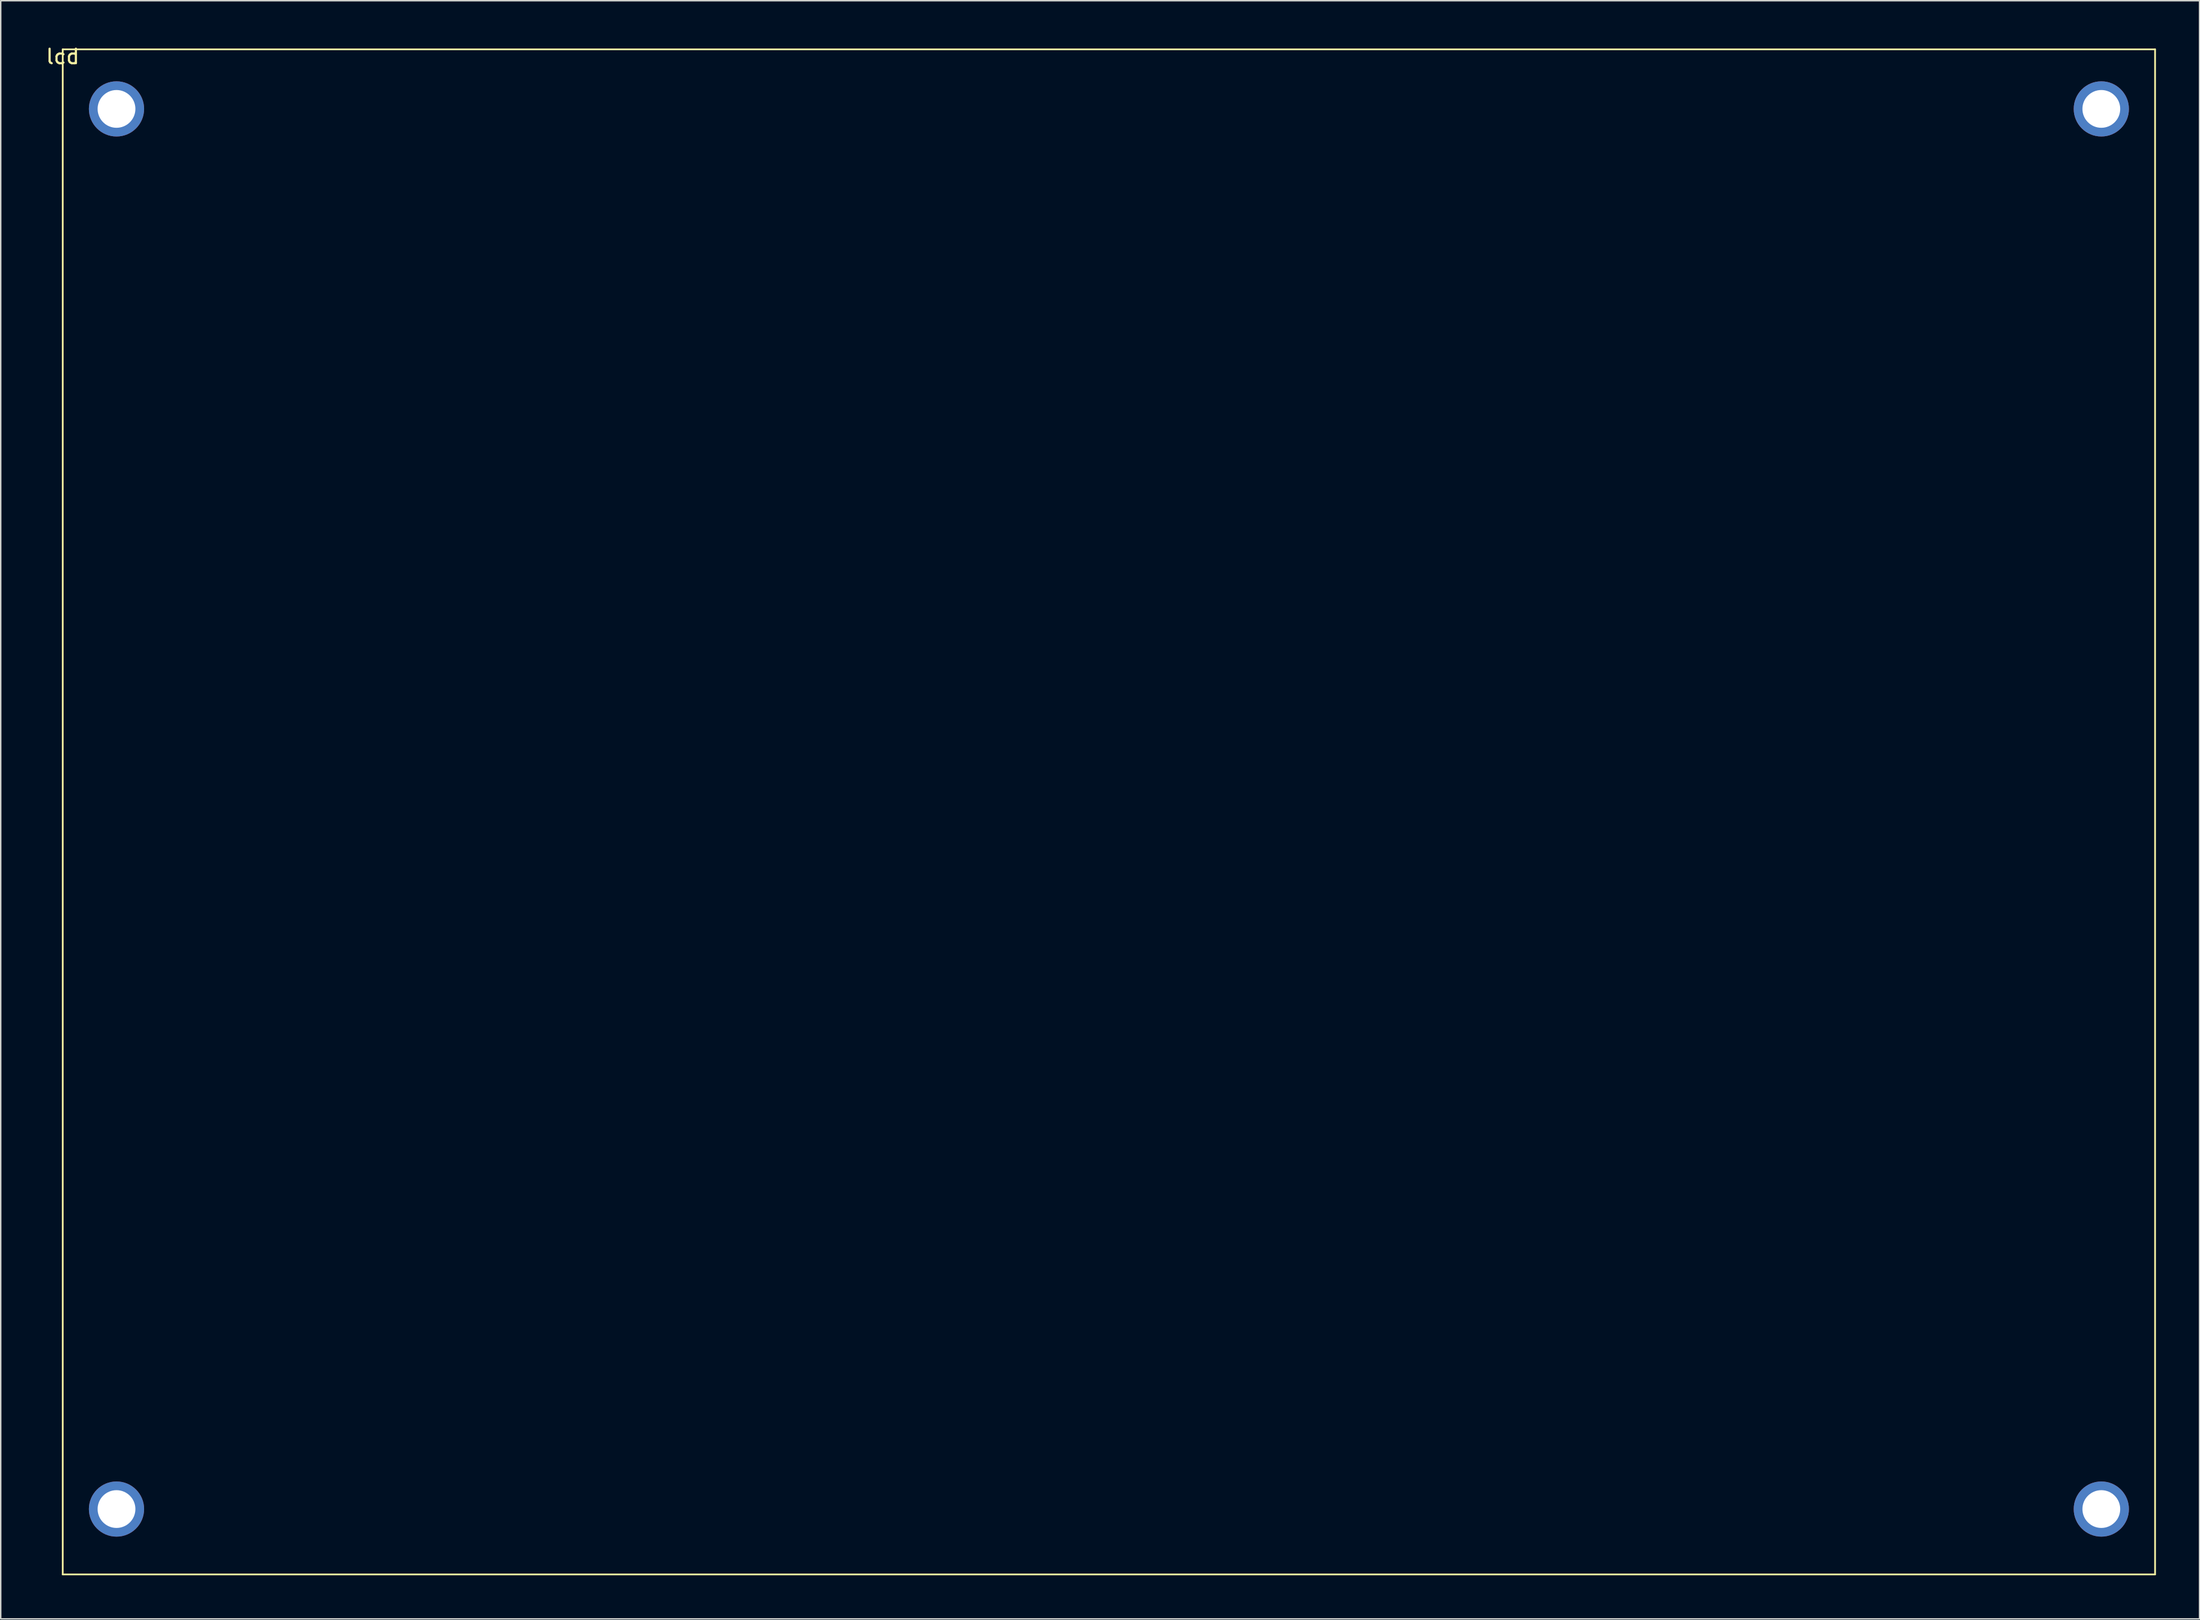
<source format=kicad_pcb>
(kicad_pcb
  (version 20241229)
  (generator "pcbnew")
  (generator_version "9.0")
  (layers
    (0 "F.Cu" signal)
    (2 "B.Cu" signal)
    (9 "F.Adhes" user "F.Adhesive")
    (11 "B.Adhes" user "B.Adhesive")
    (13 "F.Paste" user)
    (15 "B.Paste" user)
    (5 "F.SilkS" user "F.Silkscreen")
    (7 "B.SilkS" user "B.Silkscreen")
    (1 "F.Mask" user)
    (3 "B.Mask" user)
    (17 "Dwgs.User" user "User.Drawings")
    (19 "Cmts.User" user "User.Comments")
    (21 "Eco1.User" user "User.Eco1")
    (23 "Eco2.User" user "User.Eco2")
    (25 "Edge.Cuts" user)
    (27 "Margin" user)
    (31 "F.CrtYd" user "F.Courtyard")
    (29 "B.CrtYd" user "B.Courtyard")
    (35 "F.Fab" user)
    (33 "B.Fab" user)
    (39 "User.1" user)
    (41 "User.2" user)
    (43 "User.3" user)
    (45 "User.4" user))
  (footprint "lcd"
    (layer "F.Cu")
    (at 1.268 0.348)
    (property "Reference" "lcd" (at 0 0.5 0) (layer "F.SilkS") (effects (font (size 1 1) (thickness 0.15))))
    (attr through_hole)
    (fp_line (start 0 0) (end 144 0) (stroke (width 0.12) (type solid)) (layer "F.SilkS"))
    (fp_line (start 0 105) (end 0 0) (stroke (width 0.12) (type solid)) (layer "F.SilkS"))
    (fp_line (start 144 0) (end 144 105) (stroke (width 0.12) (type solid)) (layer "F.SilkS"))
    (fp_line (start 144 105) (end 0 105) (stroke (width 0.12) (type solid)) (layer "F.SilkS"))
    (pad "1" thru_hole circle (at 3.7 4.1) (size 3.8 3.8) (drill 2.6) (layers "*.Cu" "*.Mask"))
    (pad "2" thru_hole circle (at 140.3 4.1) (size 3.8 3.8) (drill 2.6) (layers "*.Cu" "*.Mask"))
    (pad "3" thru_hole circle (at 140.3 100.5) (size 3.8 3.8) (drill 2.6) (layers "*.Cu" "*.Mask"))
    (pad "4" thru_hole circle (at 3.7 100.5) (size 3.8 3.8) (drill 2.6) (layers "*.Cu" "*.Mask")))
  (gr_rect
    (start -3 -3)
    (end 148.328 108.408)
    (stroke (width 0.1) (type default))
    (fill no)
    (layer "Edge.Cuts")))
</source>
